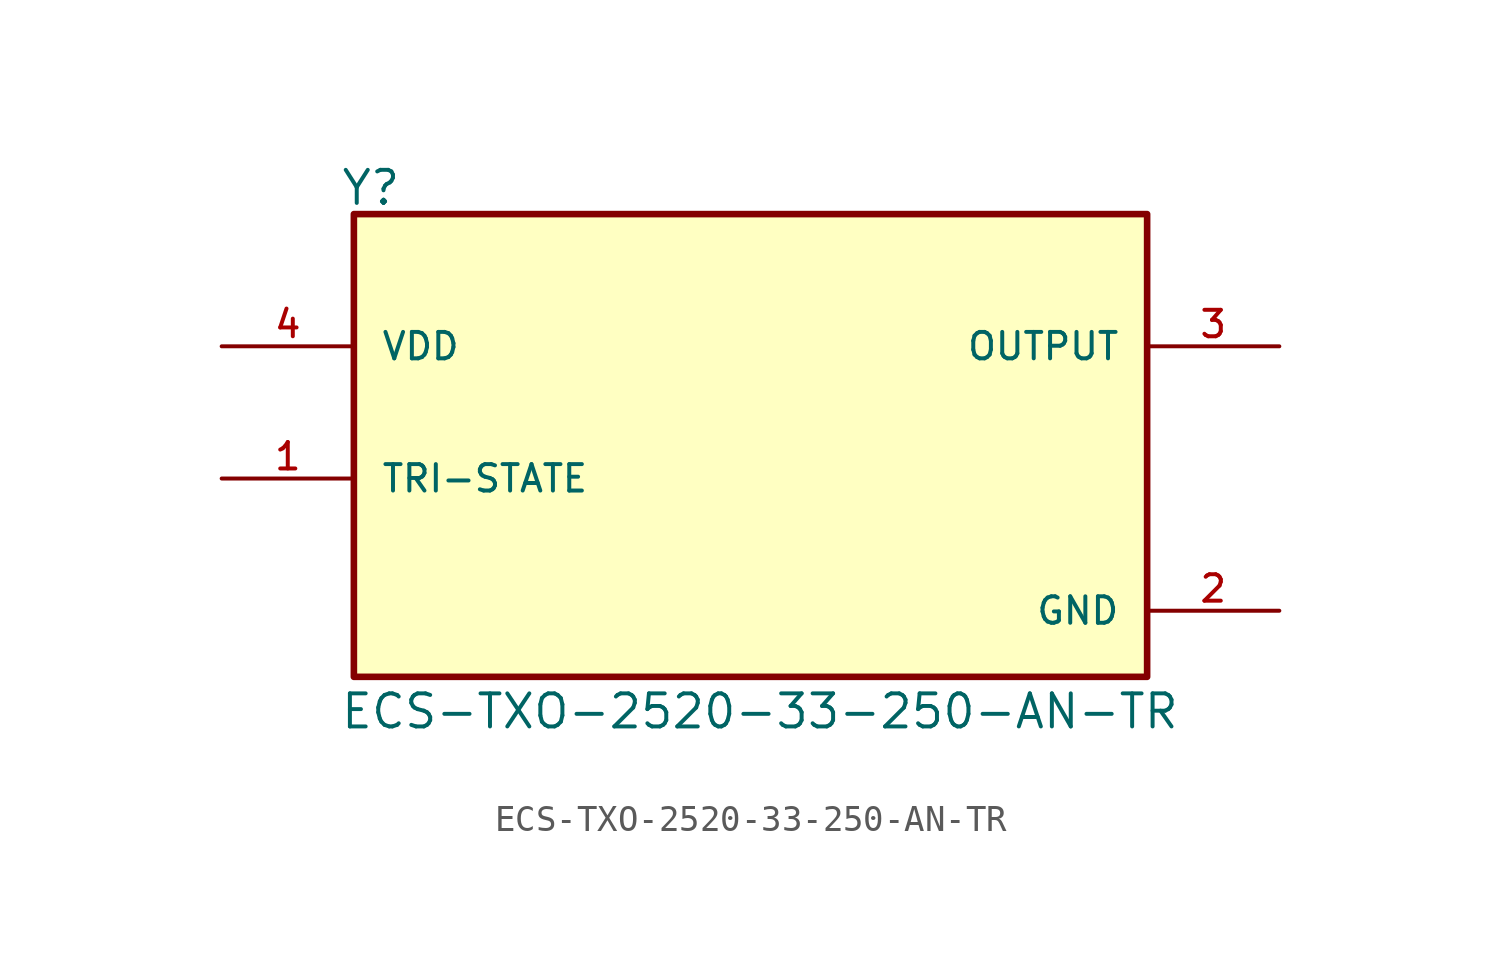
<source format=kicad_sym>
(kicad_symbol_lib
  (version 20211014)
  (generator kicad_symbol_editor)
  (symbol "ECS-TXO-2520-33-250-AN-TR"
    (pin_names
      (offset 1.016))
    (property "Reference" "Y"
      (at -15.774 7.887 0)
      (effects (font (size 1.27 1.27)) (justify bottom left)))
    (property "Value" "ECS-TXO-2520-33-250-AN-TR"
      (at -15.795 -12.229 0)
      (effects (font (size 1.27 1.27)) (justify bottom left)))
    (symbol "ECS-TXO-2520-33-250-AN-TR_0_0"
      (rectangle (start -15.24 -10.16) (end 15.24 7.62) (stroke (width 0.254)) (fill (type background)))
      (pin input line (at -20.32 -2.54 0) (length 5.08) (name "TRI-STATE" (effects (font (size 1.016 1.016)))) (number "1" (effects (font (size 1.016 1.016)))))
      (pin output line (at 20.32 2.54 180.0) (length 5.08) (name "OUTPUT" (effects (font (size 1.016 1.016)))) (number "3" (effects (font (size 1.016 1.016)))))
      (pin input line (at -20.32 2.54 0) (length 5.08) (name "VDD" (effects (font (size 1.016 1.016)))) (number "4" (effects (font (size 1.016 1.016)))))
      (pin power_in line (at 20.32 -7.62 180.0) (length 5.08) (name "GND" (effects (font (size 1.016 1.016)))) (number "2" (effects (font (size 1.016 1.016))))))))
</source>
